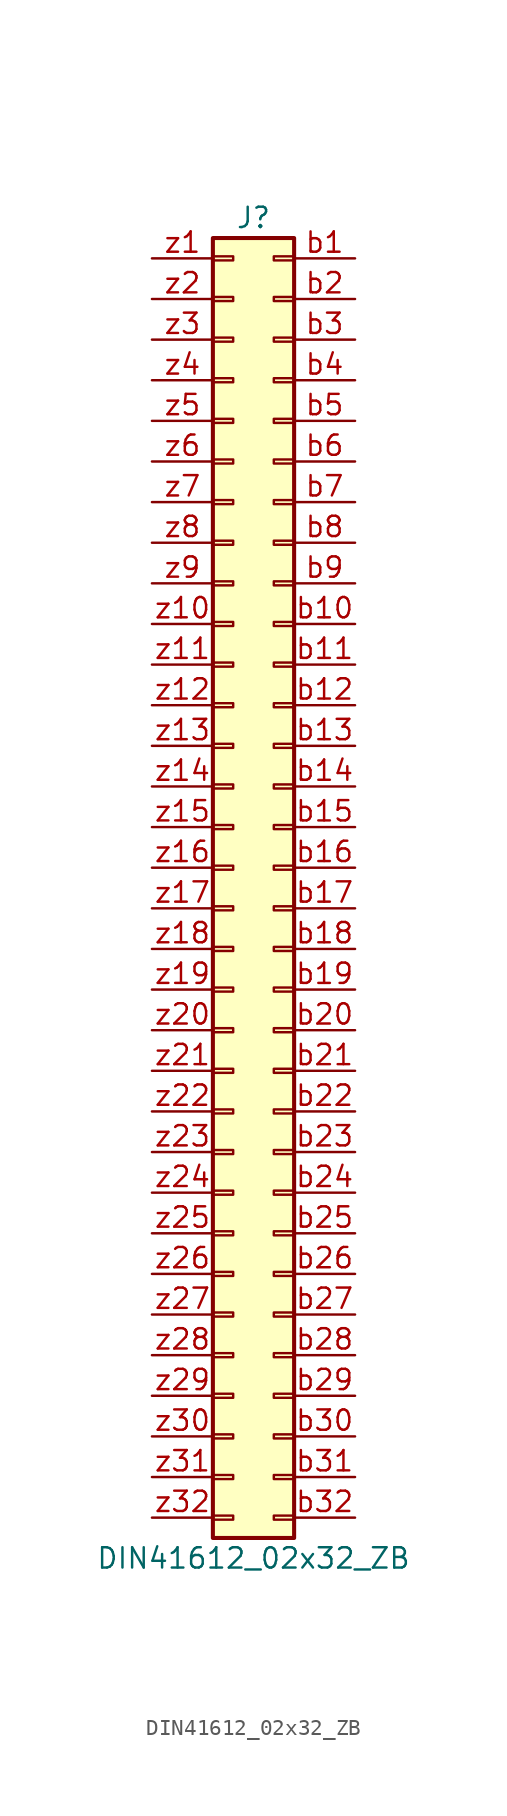
<source format=kicad_sym>
(kicad_symbol_lib
  (version 20220914)
  (generator kicad_symbol_editor)
  (symbol "DIN41612_02x32_ZB"
    (pin_names
      (offset 1.016) hide)
    (property "Reference" "J"
      (at 1.27 40.64 0)
      (effects (font (size 1.27 1.27))))
    (property "Value" "DIN41612_02x32_ZB"
      (at 1.27 -43.18 0)
      (effects (font (size 1.27 1.27))))
    (symbol "DIN41612_02x32_ZB_1_1"
      (rectangle (start -1.27 -40.513) (end 0 -40.767) (stroke (width 0.152) (type default)) (fill (type none)))
      (rectangle (start -1.27 -37.973) (end 0 -38.227) (stroke (width 0.152) (type default)) (fill (type none)))
      (rectangle (start -1.27 -35.433) (end 0 -35.687) (stroke (width 0.152) (type default)) (fill (type none)))
      (rectangle (start -1.27 -32.893) (end 0 -33.147) (stroke (width 0.152) (type default)) (fill (type none)))
      (rectangle (start -1.27 -30.353) (end 0 -30.607) (stroke (width 0.152) (type default)) (fill (type none)))
      (rectangle (start -1.27 -27.813) (end 0 -28.067) (stroke (width 0.152) (type default)) (fill (type none)))
      (rectangle (start -1.27 -25.273) (end 0 -25.527) (stroke (width 0.152) (type default)) (fill (type none)))
      (rectangle (start -1.27 -22.733) (end 0 -22.987) (stroke (width 0.152) (type default)) (fill (type none)))
      (rectangle (start -1.27 -20.193) (end 0 -20.447) (stroke (width 0.152) (type default)) (fill (type none)))
      (rectangle (start -1.27 -17.653) (end 0 -17.907) (stroke (width 0.152) (type default)) (fill (type none)))
      (rectangle (start -1.27 -15.113) (end 0 -15.367) (stroke (width 0.152) (type default)) (fill (type none)))
      (rectangle (start -1.27 -12.573) (end 0 -12.827) (stroke (width 0.152) (type default)) (fill (type none)))
      (rectangle (start -1.27 -10.033) (end 0 -10.287) (stroke (width 0.152) (type default)) (fill (type none)))
      (rectangle (start -1.27 -7.493) (end 0 -7.747) (stroke (width 0.152) (type default)) (fill (type none)))
      (rectangle (start -1.27 -4.953) (end 0 -5.207) (stroke (width 0.152) (type default)) (fill (type none)))
      (rectangle (start -1.27 -2.413) (end 0 -2.667) (stroke (width 0.152) (type default)) (fill (type none)))
      (rectangle (start -1.27 0.127) (end 0 -0.127) (stroke (width 0.152) (type default)) (fill (type none)))
      (rectangle (start -1.27 2.667) (end 0 2.413) (stroke (width 0.152) (type default)) (fill (type none)))
      (rectangle (start -1.27 5.207) (end 0 4.953) (stroke (width 0.152) (type default)) (fill (type none)))
      (rectangle (start -1.27 7.747) (end 0 7.493) (stroke (width 0.152) (type default)) (fill (type none)))
      (rectangle (start -1.27 10.287) (end 0 10.033) (stroke (width 0.152) (type default)) (fill (type none)))
      (rectangle (start -1.27 12.827) (end 0 12.573) (stroke (width 0.152) (type default)) (fill (type none)))
      (rectangle (start -1.27 15.367) (end 0 15.113) (stroke (width 0.152) (type default)) (fill (type none)))
      (rectangle (start -1.27 17.907) (end 0 17.653) (stroke (width 0.152) (type default)) (fill (type none)))
      (rectangle (start -1.27 20.447) (end 0 20.193) (stroke (width 0.152) (type default)) (fill (type none)))
      (rectangle (start -1.27 22.987) (end 0 22.733) (stroke (width 0.152) (type default)) (fill (type none)))
      (rectangle (start -1.27 25.527) (end 0 25.273) (stroke (width 0.152) (type default)) (fill (type none)))
      (rectangle (start -1.27 28.067) (end 0 27.813) (stroke (width 0.152) (type default)) (fill (type none)))
      (rectangle (start -1.27 30.607) (end 0 30.353) (stroke (width 0.152) (type default)) (fill (type none)))
      (rectangle (start -1.27 33.147) (end 0 32.893) (stroke (width 0.152) (type default)) (fill (type none)))
      (rectangle (start -1.27 35.687) (end 0 35.433) (stroke (width 0.152) (type default)) (fill (type none)))
      (rectangle (start -1.27 38.227) (end 0 37.973) (stroke (width 0.152) (type default)) (fill (type none)))
      (rectangle (start -1.27 39.37) (end 3.81 -41.91) (stroke (width 0.254) (type default)) (fill (type background)))
      (rectangle (start 3.81 -40.513) (end 2.54 -40.767) (stroke (width 0.152) (type default)) (fill (type none)))
      (rectangle (start 3.81 -37.973) (end 2.54 -38.227) (stroke (width 0.152) (type default)) (fill (type none)))
      (rectangle (start 3.81 -35.433) (end 2.54 -35.687) (stroke (width 0.152) (type default)) (fill (type none)))
      (rectangle (start 3.81 -32.893) (end 2.54 -33.147) (stroke (width 0.152) (type default)) (fill (type none)))
      (rectangle (start 3.81 -30.353) (end 2.54 -30.607) (stroke (width 0.152) (type default)) (fill (type none)))
      (rectangle (start 3.81 -27.813) (end 2.54 -28.067) (stroke (width 0.152) (type default)) (fill (type none)))
      (rectangle (start 3.81 -25.273) (end 2.54 -25.527) (stroke (width 0.152) (type default)) (fill (type none)))
      (rectangle (start 3.81 -22.733) (end 2.54 -22.987) (stroke (width 0.152) (type default)) (fill (type none)))
      (rectangle (start 3.81 -20.193) (end 2.54 -20.447) (stroke (width 0.152) (type default)) (fill (type none)))
      (rectangle (start 3.81 -17.653) (end 2.54 -17.907) (stroke (width 0.152) (type default)) (fill (type none)))
      (rectangle (start 3.81 -15.113) (end 2.54 -15.367) (stroke (width 0.152) (type default)) (fill (type none)))
      (rectangle (start 3.81 -12.573) (end 2.54 -12.827) (stroke (width 0.152) (type default)) (fill (type none)))
      (rectangle (start 3.81 -10.033) (end 2.54 -10.287) (stroke (width 0.152) (type default)) (fill (type none)))
      (rectangle (start 3.81 -7.493) (end 2.54 -7.747) (stroke (width 0.152) (type default)) (fill (type none)))
      (rectangle (start 3.81 -4.953) (end 2.54 -5.207) (stroke (width 0.152) (type default)) (fill (type none)))
      (rectangle (start 3.81 -2.413) (end 2.54 -2.667) (stroke (width 0.152) (type default)) (fill (type none)))
      (rectangle (start 3.81 0.127) (end 2.54 -0.127) (stroke (width 0.152) (type default)) (fill (type none)))
      (rectangle (start 3.81 2.667) (end 2.54 2.413) (stroke (width 0.152) (type default)) (fill (type none)))
      (rectangle (start 3.81 5.207) (end 2.54 4.953) (stroke (width 0.152) (type default)) (fill (type none)))
      (rectangle (start 3.81 7.747) (end 2.54 7.493) (stroke (width 0.152) (type default)) (fill (type none)))
      (rectangle (start 3.81 10.287) (end 2.54 10.033) (stroke (width 0.152) (type default)) (fill (type none)))
      (rectangle (start 3.81 12.827) (end 2.54 12.573) (stroke (width 0.152) (type default)) (fill (type none)))
      (rectangle (start 3.81 15.367) (end 2.54 15.113) (stroke (width 0.152) (type default)) (fill (type none)))
      (rectangle (start 3.81 17.907) (end 2.54 17.653) (stroke (width 0.152) (type default)) (fill (type none)))
      (rectangle (start 3.81 20.447) (end 2.54 20.193) (stroke (width 0.152) (type default)) (fill (type none)))
      (rectangle (start 3.81 22.987) (end 2.54 22.733) (stroke (width 0.152) (type default)) (fill (type none)))
      (rectangle (start 3.81 25.527) (end 2.54 25.273) (stroke (width 0.152) (type default)) (fill (type none)))
      (rectangle (start 3.81 28.067) (end 2.54 27.813) (stroke (width 0.152) (type default)) (fill (type none)))
      (rectangle (start 3.81 30.607) (end 2.54 30.353) (stroke (width 0.152) (type default)) (fill (type none)))
      (rectangle (start 3.81 33.147) (end 2.54 32.893) (stroke (width 0.152) (type default)) (fill (type none)))
      (rectangle (start 3.81 35.687) (end 2.54 35.433) (stroke (width 0.152) (type default)) (fill (type none)))
      (rectangle (start 3.81 38.227) (end 2.54 37.973) (stroke (width 0.152) (type default)) (fill (type none)))
      (pin passive line (at 7.62 38.1 180) (length 3.81) (name "Pin_b1" (effects (font (size 1.27 1.27)))) (number "b1" (effects (font (size 1.27 1.27)))))
      (pin passive line (at 7.62 15.24 180) (length 3.81) (name "Pin_b10" (effects (font (size 1.27 1.27)))) (number "b10" (effects (font (size 1.27 1.27)))))
      (pin passive line (at 7.62 12.7 180) (length 3.81) (name "Pin_b11" (effects (font (size 1.27 1.27)))) (number "b11" (effects (font (size 1.27 1.27)))))
      (pin passive line (at 7.62 10.16 180) (length 3.81) (name "Pin_b12" (effects (font (size 1.27 1.27)))) (number "b12" (effects (font (size 1.27 1.27)))))
      (pin passive line (at 7.62 7.62 180) (length 3.81) (name "Pin_b13" (effects (font (size 1.27 1.27)))) (number "b13" (effects (font (size 1.27 1.27)))))
      (pin passive line (at 7.62 5.08 180) (length 3.81) (name "Pin_b14" (effects (font (size 1.27 1.27)))) (number "b14" (effects (font (size 1.27 1.27)))))
      (pin passive line (at 7.62 2.54 180) (length 3.81) (name "Pin_b15" (effects (font (size 1.27 1.27)))) (number "b15" (effects (font (size 1.27 1.27)))))
      (pin passive line (at 7.62 0 180) (length 3.81) (name "Pin_b16" (effects (font (size 1.27 1.27)))) (number "b16" (effects (font (size 1.27 1.27)))))
      (pin passive line (at 7.62 -2.54 180) (length 3.81) (name "Pin_b17" (effects (font (size 1.27 1.27)))) (number "b17" (effects (font (size 1.27 1.27)))))
      (pin passive line (at 7.62 -5.08 180) (length 3.81) (name "Pin_b18" (effects (font (size 1.27 1.27)))) (number "b18" (effects (font (size 1.27 1.27)))))
      (pin passive line (at 7.62 -7.62 180) (length 3.81) (name "Pin_b19" (effects (font (size 1.27 1.27)))) (number "b19" (effects (font (size 1.27 1.27)))))
      (pin passive line (at 7.62 35.56 180) (length 3.81) (name "Pin_b2" (effects (font (size 1.27 1.27)))) (number "b2" (effects (font (size 1.27 1.27)))))
      (pin passive line (at 7.62 -10.16 180) (length 3.81) (name "Pin_b20" (effects (font (size 1.27 1.27)))) (number "b20" (effects (font (size 1.27 1.27)))))
      (pin passive line (at 7.62 -12.7 180) (length 3.81) (name "Pin_b21" (effects (font (size 1.27 1.27)))) (number "b21" (effects (font (size 1.27 1.27)))))
      (pin passive line (at 7.62 -15.24 180) (length 3.81) (name "Pin_b22" (effects (font (size 1.27 1.27)))) (number "b22" (effects (font (size 1.27 1.27)))))
      (pin passive line (at 7.62 -17.78 180) (length 3.81) (name "Pin_b23" (effects (font (size 1.27 1.27)))) (number "b23" (effects (font (size 1.27 1.27)))))
      (pin passive line (at 7.62 -20.32 180) (length 3.81) (name "Pin_b24" (effects (font (size 1.27 1.27)))) (number "b24" (effects (font (size 1.27 1.27)))))
      (pin passive line (at 7.62 -22.86 180) (length 3.81) (name "Pin_b25" (effects (font (size 1.27 1.27)))) (number "b25" (effects (font (size 1.27 1.27)))))
      (pin passive line (at 7.62 -25.4 180) (length 3.81) (name "Pin_b26" (effects (font (size 1.27 1.27)))) (number "b26" (effects (font (size 1.27 1.27)))))
      (pin passive line (at 7.62 -27.94 180) (length 3.81) (name "Pin_b27" (effects (font (size 1.27 1.27)))) (number "b27" (effects (font (size 1.27 1.27)))))
      (pin passive line (at 7.62 -30.48 180) (length 3.81) (name "Pin_b28" (effects (font (size 1.27 1.27)))) (number "b28" (effects (font (size 1.27 1.27)))))
      (pin passive line (at 7.62 -33.02 180) (length 3.81) (name "Pin_b29" (effects (font (size 1.27 1.27)))) (number "b29" (effects (font (size 1.27 1.27)))))
      (pin passive line (at 7.62 33.02 180) (length 3.81) (name "Pin_b3" (effects (font (size 1.27 1.27)))) (number "b3" (effects (font (size 1.27 1.27)))))
      (pin passive line (at 7.62 -35.56 180) (length 3.81) (name "Pin_b30" (effects (font (size 1.27 1.27)))) (number "b30" (effects (font (size 1.27 1.27)))))
      (pin passive line (at 7.62 -38.1 180) (length 3.81) (name "Pin_b31" (effects (font (size 1.27 1.27)))) (number "b31" (effects (font (size 1.27 1.27)))))
      (pin passive line (at 7.62 -40.64 180) (length 3.81) (name "Pin_b32" (effects (font (size 1.27 1.27)))) (number "b32" (effects (font (size 1.27 1.27)))))
      (pin passive line (at 7.62 30.48 180) (length 3.81) (name "Pin_b4" (effects (font (size 1.27 1.27)))) (number "b4" (effects (font (size 1.27 1.27)))))
      (pin passive line (at 7.62 27.94 180) (length 3.81) (name "Pin_b5" (effects (font (size 1.27 1.27)))) (number "b5" (effects (font (size 1.27 1.27)))))
      (pin passive line (at 7.62 25.4 180) (length 3.81) (name "Pin_b6" (effects (font (size 1.27 1.27)))) (number "b6" (effects (font (size 1.27 1.27)))))
      (pin passive line (at 7.62 22.86 180) (length 3.81) (name "Pin_b7" (effects (font (size 1.27 1.27)))) (number "b7" (effects (font (size 1.27 1.27)))))
      (pin passive line (at 7.62 20.32 180) (length 3.81) (name "Pin_b8" (effects (font (size 1.27 1.27)))) (number "b8" (effects (font (size 1.27 1.27)))))
      (pin passive line (at 7.62 17.78 180) (length 3.81) (name "Pin_b9" (effects (font (size 1.27 1.27)))) (number "b9" (effects (font (size 1.27 1.27)))))
      (pin passive line (at -5.08 38.1 0) (length 3.81) (name "Pin_z1" (effects (font (size 1.27 1.27)))) (number "z1" (effects (font (size 1.27 1.27)))))
      (pin passive line (at -5.08 15.24 0) (length 3.81) (name "Pin_z10" (effects (font (size 1.27 1.27)))) (number "z10" (effects (font (size 1.27 1.27)))))
      (pin passive line (at -5.08 12.7 0) (length 3.81) (name "Pin_z11" (effects (font (size 1.27 1.27)))) (number "z11" (effects (font (size 1.27 1.27)))))
      (pin passive line (at -5.08 10.16 0) (length 3.81) (name "Pin_z12" (effects (font (size 1.27 1.27)))) (number "z12" (effects (font (size 1.27 1.27)))))
      (pin passive line (at -5.08 7.62 0) (length 3.81) (name "Pin_z13" (effects (font (size 1.27 1.27)))) (number "z13" (effects (font (size 1.27 1.27)))))
      (pin passive line (at -5.08 5.08 0) (length 3.81) (name "Pin_z14" (effects (font (size 1.27 1.27)))) (number "z14" (effects (font (size 1.27 1.27)))))
      (pin passive line (at -5.08 2.54 0) (length 3.81) (name "Pin_z15" (effects (font (size 1.27 1.27)))) (number "z15" (effects (font (size 1.27 1.27)))))
      (pin passive line (at -5.08 0 0) (length 3.81) (name "Pin_z16" (effects (font (size 1.27 1.27)))) (number "z16" (effects (font (size 1.27 1.27)))))
      (pin passive line (at -5.08 -2.54 0) (length 3.81) (name "Pin_z17" (effects (font (size 1.27 1.27)))) (number "z17" (effects (font (size 1.27 1.27)))))
      (pin passive line (at -5.08 -5.08 0) (length 3.81) (name "Pin_z18" (effects (font (size 1.27 1.27)))) (number "z18" (effects (font (size 1.27 1.27)))))
      (pin passive line (at -5.08 -7.62 0) (length 3.81) (name "Pin_z19" (effects (font (size 1.27 1.27)))) (number "z19" (effects (font (size 1.27 1.27)))))
      (pin passive line (at -5.08 35.56 0) (length 3.81) (name "Pin_z2" (effects (font (size 1.27 1.27)))) (number "z2" (effects (font (size 1.27 1.27)))))
      (pin passive line (at -5.08 -10.16 0) (length 3.81) (name "Pin_z20" (effects (font (size 1.27 1.27)))) (number "z20" (effects (font (size 1.27 1.27)))))
      (pin passive line (at -5.08 -12.7 0) (length 3.81) (name "Pin_z21" (effects (font (size 1.27 1.27)))) (number "z21" (effects (font (size 1.27 1.27)))))
      (pin passive line (at -5.08 -15.24 0) (length 3.81) (name "Pin_z22" (effects (font (size 1.27 1.27)))) (number "z22" (effects (font (size 1.27 1.27)))))
      (pin passive line (at -5.08 -17.78 0) (length 3.81) (name "Pin_z23" (effects (font (size 1.27 1.27)))) (number "z23" (effects (font (size 1.27 1.27)))))
      (pin passive line (at -5.08 -20.32 0) (length 3.81) (name "Pin_z24" (effects (font (size 1.27 1.27)))) (number "z24" (effects (font (size 1.27 1.27)))))
      (pin passive line (at -5.08 -22.86 0) (length 3.81) (name "Pin_z25" (effects (font (size 1.27 1.27)))) (number "z25" (effects (font (size 1.27 1.27)))))
      (pin passive line (at -5.08 -25.4 0) (length 3.81) (name "Pin_z26" (effects (font (size 1.27 1.27)))) (number "z26" (effects (font (size 1.27 1.27)))))
      (pin passive line (at -5.08 -27.94 0) (length 3.81) (name "Pin_z27" (effects (font (size 1.27 1.27)))) (number "z27" (effects (font (size 1.27 1.27)))))
      (pin passive line (at -5.08 -30.48 0) (length 3.81) (name "Pin_z28" (effects (font (size 1.27 1.27)))) (number "z28" (effects (font (size 1.27 1.27)))))
      (pin passive line (at -5.08 -33.02 0) (length 3.81) (name "Pin_z29" (effects (font (size 1.27 1.27)))) (number "z29" (effects (font (size 1.27 1.27)))))
      (pin passive line (at -5.08 33.02 0) (length 3.81) (name "Pin_z3" (effects (font (size 1.27 1.27)))) (number "z3" (effects (font (size 1.27 1.27)))))
      (pin passive line (at -5.08 -35.56 0) (length 3.81) (name "Pin_z30" (effects (font (size 1.27 1.27)))) (number "z30" (effects (font (size 1.27 1.27)))))
      (pin passive line (at -5.08 -38.1 0) (length 3.81) (name "Pin_z31" (effects (font (size 1.27 1.27)))) (number "z31" (effects (font (size 1.27 1.27)))))
      (pin passive line (at -5.08 -40.64 0) (length 3.81) (name "Pin_z32" (effects (font (size 1.27 1.27)))) (number "z32" (effects (font (size 1.27 1.27)))))
      (pin passive line (at -5.08 30.48 0) (length 3.81) (name "Pin_z4" (effects (font (size 1.27 1.27)))) (number "z4" (effects (font (size 1.27 1.27)))))
      (pin passive line (at -5.08 27.94 0) (length 3.81) (name "Pin_z5" (effects (font (size 1.27 1.27)))) (number "z5" (effects (font (size 1.27 1.27)))))
      (pin passive line (at -5.08 25.4 0) (length 3.81) (name "Pin_z6" (effects (font (size 1.27 1.27)))) (number "z6" (effects (font (size 1.27 1.27)))))
      (pin passive line (at -5.08 22.86 0) (length 3.81) (name "Pin_z7" (effects (font (size 1.27 1.27)))) (number "z7" (effects (font (size 1.27 1.27)))))
      (pin passive line (at -5.08 20.32 0) (length 3.81) (name "Pin_z8" (effects (font (size 1.27 1.27)))) (number "z8" (effects (font (size 1.27 1.27)))))
      (pin passive line (at -5.08 17.78 0) (length 3.81) (name "Pin_z9" (effects (font (size 1.27 1.27)))) (number "z9" (effects (font (size 1.27 1.27))))))))
</source>
